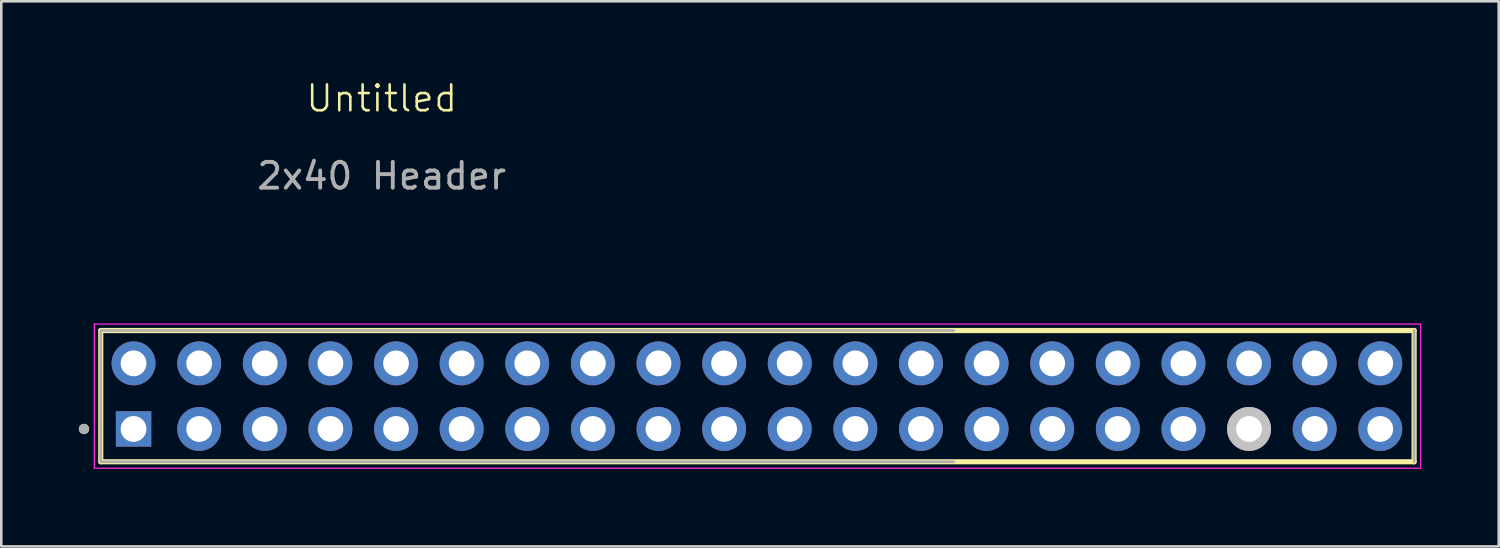
<source format=kicad_pcb>
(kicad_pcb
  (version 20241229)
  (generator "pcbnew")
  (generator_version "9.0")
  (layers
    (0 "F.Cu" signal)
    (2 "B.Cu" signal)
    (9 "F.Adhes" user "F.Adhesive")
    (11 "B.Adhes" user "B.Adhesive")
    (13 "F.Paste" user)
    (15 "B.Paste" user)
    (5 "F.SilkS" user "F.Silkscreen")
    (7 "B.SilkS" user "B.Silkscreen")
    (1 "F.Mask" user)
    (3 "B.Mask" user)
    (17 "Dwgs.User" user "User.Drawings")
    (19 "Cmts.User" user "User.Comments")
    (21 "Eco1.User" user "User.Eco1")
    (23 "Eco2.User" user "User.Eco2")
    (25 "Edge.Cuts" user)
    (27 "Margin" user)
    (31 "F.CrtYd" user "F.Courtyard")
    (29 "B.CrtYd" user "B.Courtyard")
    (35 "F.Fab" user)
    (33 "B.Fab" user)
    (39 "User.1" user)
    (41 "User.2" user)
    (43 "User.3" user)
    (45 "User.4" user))
  (footprint "Untitled"
    (layer "F.Cu")
    (at 11.725 1.26)
    (property "Reference" "Untitled" (at 0 -0.5 0) (unlocked yes) (layer "F.SilkS") (effects (font (size 1 1) (thickness 0.1))))
    (attr through_hole)
    (fp_line (start -10.875 13.565) (end -10.875 8.485) (stroke (width 0.2) (type solid)) (layer "F.SilkS"))
    (fp_line (start 39.965 8.485) (end -10.875 8.485) (stroke (width 0.2) (type solid)) (layer "F.SilkS"))
    (fp_line (start 39.965 8.485) (end 39.965 13.565) (stroke (width 0.2) (type solid)) (layer "F.SilkS"))
    (fp_line (start 39.965 13.565) (end -10.875 13.565) (stroke (width 0.2) (type solid)) (layer "F.SilkS"))
    (fp_circle (center -11.525 12.295) (end -11.425 12.295) (stroke (width 0.2) (type solid)) (fill no) (layer "F.SilkS"))
    (fp_line (start -11.125 8.235) (end 40.215 8.235) (stroke (width 0.05) (type solid)) (layer "F.CrtYd"))
    (fp_line (start -11.125 13.815) (end -11.125 8.235) (stroke (width 0.05) (type solid)) (layer "F.CrtYd"))
    (fp_line (start 40.215 8.235) (end 40.215 13.815) (stroke (width 0.05) (type solid)) (layer "F.CrtYd"))
    (fp_line (start 40.215 13.815) (end -11.125 13.815) (stroke (width 0.05) (type solid)) (layer "F.CrtYd"))
    (fp_line (start -10.875 8.485) (end 22.145 8.485) (stroke (width 0.1) (type solid)) (layer "F.Fab"))
    (fp_line (start -10.875 13.565) (end -10.875 8.485) (stroke (width 0.1) (type solid)) (layer "F.Fab"))
    (fp_line (start 22.145 13.565) (end -10.875 13.565) (stroke (width 0.1) (type solid)) (layer "F.Fab"))
    (fp_line (start 39.965 8.485) (end 39.965 13.565) (stroke (width 0.1) (type solid)) (layer "F.Fab"))
    (fp_circle (center -11.525 12.295) (end -11.425 12.295) (stroke (width 0.2) (type solid)) (fill no) (layer "F.Fab"))
    (fp_text user "2x40 Header" (at 0 2.5 0) (unlocked yes) (layer "F.Fab") (effects (font (size 1 1) (thickness 0.15))))
    (pad "1" thru_hole rect (at -9.605 12.295) (size 1.37 1.37) (drill 1) (layers "*.Cu" "*.Mask"))
    (pad "2" thru_hole circle (at -9.605 9.755) (size 1.7 1.7) (drill 1) (layers "*.Cu" "*.Mask"))
    (pad "3" thru_hole circle (at -7.065 12.295) (size 1.7 1.7) (drill 1) (layers "*.Cu" "*.Mask"))
    (pad "4" thru_hole circle (at -7.065 9.755) (size 1.7 1.7) (drill 1) (layers "*.Cu" "*.Mask"))
    (pad "5" thru_hole circle (at -4.525 12.295) (size 1.7 1.7) (drill 1) (layers "*.Cu" "*.Mask"))
    (pad "6" thru_hole circle (at -4.525 9.755) (size 1.7 1.7) (drill 1) (layers "*.Cu" "*.Mask"))
    (pad "7" thru_hole circle (at -1.985 12.295) (size 1.7 1.7) (drill 1) (layers "*.Cu" "*.Mask"))
    (pad "8" thru_hole circle (at -1.985 9.755) (size 1.7 1.7) (drill 1) (layers "*.Cu" "*.Mask"))
    (pad "9" thru_hole circle (at 0.555 12.295) (size 1.7 1.7) (drill 1) (layers "*.Cu" "*.Mask"))
    (pad "10" thru_hole circle (at 0.555 9.755) (size 1.7 1.7) (drill 1) (layers "*.Cu" "*.Mask"))
    (pad "11" thru_hole circle (at 3.095 12.295) (size 1.7 1.7) (drill 1) (layers "*.Cu" "*.Mask"))
    (pad "12" thru_hole circle (at 3.095 9.755) (size 1.7 1.7) (drill 1) (layers "*.Cu" "*.Mask"))
    (pad "13" thru_hole circle (at 5.635 12.295) (size 1.7 1.7) (drill 1) (layers "*.Cu" "*.Mask"))
    (pad "14" thru_hole circle (at 5.635 9.755) (size 1.7 1.7) (drill 1) (layers "*.Cu" "*.Mask"))
    (pad "15" thru_hole circle (at 8.175 12.295) (size 1.7 1.7) (drill 1) (layers "*.Cu" "*.Mask"))
    (pad "16" thru_hole circle (at 8.175 9.755) (size 1.7 1.7) (drill 1) (layers "*.Cu" "*.Mask"))
    (pad "17" thru_hole circle (at 10.715 12.295) (size 1.7 1.7) (drill 1) (layers "*.Cu" "*.Mask"))
    (pad "18" thru_hole circle (at 10.715 9.755) (size 1.7 1.7) (drill 1) (layers "*.Cu" "*.Mask"))
    (pad "19" thru_hole circle (at 13.255 12.295) (size 1.7 1.7) (drill 1) (layers "*.Cu" "*.Mask"))
    (pad "20" thru_hole circle (at 13.255 9.755) (size 1.7 1.7) (drill 1) (layers "*.Cu" "*.Mask"))
    (pad "21" thru_hole circle (at 15.795 12.295) (size 1.7 1.7) (drill 1) (layers "*.Cu" "*.Mask"))
    (pad "22" thru_hole circle (at 15.795 9.755) (size 1.7 1.7) (drill 1) (layers "*.Cu" "*.Mask"))
    (pad "23" thru_hole circle (at 18.335 12.295) (size 1.7 1.7) (drill 1) (layers "*.Cu" "*.Mask"))
    (pad "24" thru_hole circle (at 18.335 9.755) (size 1.7 1.7) (drill 1) (layers "*.Cu" "*.Mask"))
    (pad "25" thru_hole circle (at 20.875 12.295) (size 1.7 1.7) (drill 1) (layers "*.Cu" "*.Mask"))
    (pad "26" thru_hole circle (at 20.875 9.755) (size 1.7 1.7) (drill 1) (layers "*.Cu" "*.Mask"))
    (pad "27" thru_hole circle (at 23.415 12.295) (size 1.7 1.7) (drill 1) (layers "*.Cu" "*.Mask"))
    (pad "28" thru_hole circle (at 23.415 9.755) (size 1.7 1.7) (drill 1) (layers "*.Cu" "*.Mask"))
    (pad "29" thru_hole circle (at 25.955 12.295) (size 1.7 1.7) (drill 1) (layers "*.Cu" "*.Mask"))
    (pad "30" thru_hole circle (at 25.955 9.755) (size 1.7 1.7) (drill 1) (layers "*.Cu" "*.Mask"))
    (pad "31" thru_hole circle (at 28.495 12.295) (size 1.7 1.7) (drill 1) (layers "*.Cu" "*.Mask"))
    (pad "32" thru_hole circle (at 28.495 9.755) (size 1.7 1.7) (drill 1) (layers "*.Cu" "*.Mask" "B.Adhes"))
    (pad "33" thru_hole circle (at 31.035 12.295) (size 1.7 1.7) (drill 1) (layers "*.Cu" "*.Mask"))
    (pad "34" thru_hole circle (at 31.035 9.755) (size 1.7 1.7) (drill 1) (layers "*.Cu" "*.Mask"))
    (pad "35" thru_hole circle (at 33.575 12.295) (size 1.7 1.7) (drill 1) (layers "*.Cu" "*.Mask" "Dwgs.User"))
    (pad "36" thru_hole circle (at 33.575 9.755) (size 1.7 1.7) (drill 1) (layers "*.Cu" "*.Mask" "B.Adhes"))
    (pad "37" thru_hole circle (at 36.115 12.295) (size 1.7 1.7) (drill 1) (layers "*.Cu" "*.Mask"))
    (pad "38" thru_hole circle (at 36.115 9.755) (size 1.7 1.7) (drill 1) (layers "*.Cu" "*.Mask"))
    (pad "39" thru_hole circle (at 38.655 12.295) (size 1.7 1.7) (drill 1) (layers "*.Cu" "*.Mask"))
    (pad "40" thru_hole circle (at 38.655 9.755) (size 1.7 1.7) (drill 1) (layers "*.Cu" "*.Mask")))
  (gr_rect
    (start -3 -3)
    (end 54.965 18.101)
    (stroke (width 0.1) (type default))
    (fill no)
    (layer "Edge.Cuts")))
</source>
